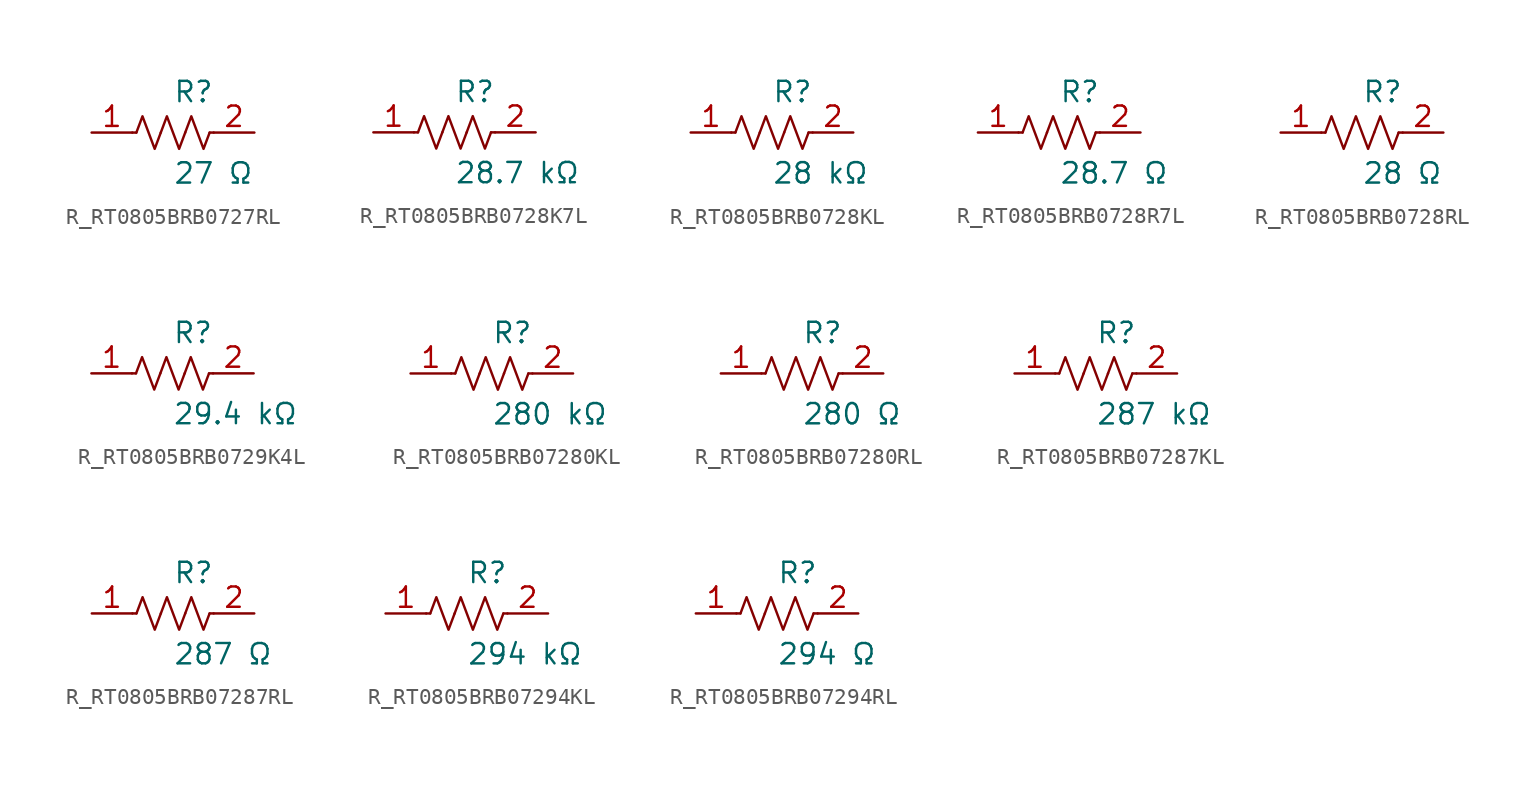
<source format=kicad_sym>
(kicad_symbol_lib
  (version 20231120)
  (generator kicad_symbol_editor)
  (generator_version 8.0)
  (symbol "R_RT0805BRB0727RL"
    (pin_names
      (offset 0.254))
    (property "Reference" "R"
      (at 0 2.54 0)
      (effects (font (size 1.27 1.27)) (justify left)))
    (property "Value" "27 Ω"
      (at 0 -2.54 0)
      (effects (font (size 1.27 1.27)) (justify left)))
    (symbol "R_RT0805BRB0727RL_0_1"
      (polyline (pts (xy 2.286 0) (xy 2.54 0)) (stroke (width 0) (type default)) (fill (type none)))
      (polyline (pts (xy -2.286 0) (xy -2.54 0)) (stroke (width 0) (type default)) (fill (type none)))
      (polyline (pts (xy 0.762 0) (xy 1.143 1.016) (xy 1.524 0) (xy 1.905 -1.016) (xy 2.286 0)) (stroke (width 0) (type default)) (fill (type none)))
      (polyline (pts (xy -0.762 0) (xy -0.381 1.016) (xy 0 0) (xy 0.381 -1.016) (xy 0.762 0)) (stroke (width 0) (type default)) (fill (type none)))
      (polyline (pts (xy -2.286 0) (xy -1.905 1.016) (xy -1.524 0) (xy -1.143 -1.016) (xy -0.762 0)) (stroke (width 0) (type default)) (fill (type none))))
    (pin unspecified line
      (at -5.08 0 0)
      (length 2.54)
      (name "" (effects (font (size 1.27 1.27))))
      (number "1" (effects (font (size 1.27 1.27)))))
    (pin unspecified line
      (at 5.08 0 180)
      (length 2.54)
      (name "" (effects (font (size 1.27 1.27))))
      (number "2" (effects (font (size 1.27 1.27))))))
  (symbol "R_RT0805BRB0728K7L"
    (pin_names
      (offset 0.254))
    (property "Reference" "R"
      (at 0 2.54 0)
      (effects (font (size 1.27 1.27)) (justify left)))
    (property "Value" "28.7 kΩ"
      (at 0 -2.54 0)
      (effects (font (size 1.27 1.27)) (justify left)))
    (symbol "R_RT0805BRB0728K7L_0_1"
      (polyline (pts (xy 2.286 0) (xy 2.54 0)) (stroke (width 0) (type default)) (fill (type none)))
      (polyline (pts (xy -2.286 0) (xy -2.54 0)) (stroke (width 0) (type default)) (fill (type none)))
      (polyline (pts (xy 0.762 0) (xy 1.143 1.016) (xy 1.524 0) (xy 1.905 -1.016) (xy 2.286 0)) (stroke (width 0) (type default)) (fill (type none)))
      (polyline (pts (xy -0.762 0) (xy -0.381 1.016) (xy 0 0) (xy 0.381 -1.016) (xy 0.762 0)) (stroke (width 0) (type default)) (fill (type none)))
      (polyline (pts (xy -2.286 0) (xy -1.905 1.016) (xy -1.524 0) (xy -1.143 -1.016) (xy -0.762 0)) (stroke (width 0) (type default)) (fill (type none))))
    (pin unspecified line
      (at -5.08 0 0)
      (length 2.54)
      (name "" (effects (font (size 1.27 1.27))))
      (number "1" (effects (font (size 1.27 1.27)))))
    (pin unspecified line
      (at 5.08 0 180)
      (length 2.54)
      (name "" (effects (font (size 1.27 1.27))))
      (number "2" (effects (font (size 1.27 1.27))))))
  (symbol "R_RT0805BRB0728KL"
    (pin_names
      (offset 0.254))
    (property "Reference" "R"
      (at 0 2.54 0)
      (effects (font (size 1.27 1.27)) (justify left)))
    (property "Value" "28 kΩ"
      (at 0 -2.54 0)
      (effects (font (size 1.27 1.27)) (justify left)))
    (symbol "R_RT0805BRB0728KL_0_1"
      (polyline (pts (xy 2.286 0) (xy 2.54 0)) (stroke (width 0) (type default)) (fill (type none)))
      (polyline (pts (xy -2.286 0) (xy -2.54 0)) (stroke (width 0) (type default)) (fill (type none)))
      (polyline (pts (xy 0.762 0) (xy 1.143 1.016) (xy 1.524 0) (xy 1.905 -1.016) (xy 2.286 0)) (stroke (width 0) (type default)) (fill (type none)))
      (polyline (pts (xy -0.762 0) (xy -0.381 1.016) (xy 0 0) (xy 0.381 -1.016) (xy 0.762 0)) (stroke (width 0) (type default)) (fill (type none)))
      (polyline (pts (xy -2.286 0) (xy -1.905 1.016) (xy -1.524 0) (xy -1.143 -1.016) (xy -0.762 0)) (stroke (width 0) (type default)) (fill (type none))))
    (pin unspecified line
      (at -5.08 0 0)
      (length 2.54)
      (name "" (effects (font (size 1.27 1.27))))
      (number "1" (effects (font (size 1.27 1.27)))))
    (pin unspecified line
      (at 5.08 0 180)
      (length 2.54)
      (name "" (effects (font (size 1.27 1.27))))
      (number "2" (effects (font (size 1.27 1.27))))))
  (symbol "R_RT0805BRB0728R7L"
    (pin_names
      (offset 0.254))
    (property "Reference" "R"
      (at 0 2.54 0)
      (effects (font (size 1.27 1.27)) (justify left)))
    (property "Value" "28.7 Ω"
      (at 0 -2.54 0)
      (effects (font (size 1.27 1.27)) (justify left)))
    (symbol "R_RT0805BRB0728R7L_0_1"
      (polyline (pts (xy 2.286 0) (xy 2.54 0)) (stroke (width 0) (type default)) (fill (type none)))
      (polyline (pts (xy -2.286 0) (xy -2.54 0)) (stroke (width 0) (type default)) (fill (type none)))
      (polyline (pts (xy 0.762 0) (xy 1.143 1.016) (xy 1.524 0) (xy 1.905 -1.016) (xy 2.286 0)) (stroke (width 0) (type default)) (fill (type none)))
      (polyline (pts (xy -0.762 0) (xy -0.381 1.016) (xy 0 0) (xy 0.381 -1.016) (xy 0.762 0)) (stroke (width 0) (type default)) (fill (type none)))
      (polyline (pts (xy -2.286 0) (xy -1.905 1.016) (xy -1.524 0) (xy -1.143 -1.016) (xy -0.762 0)) (stroke (width 0) (type default)) (fill (type none))))
    (pin unspecified line
      (at -5.08 0 0)
      (length 2.54)
      (name "" (effects (font (size 1.27 1.27))))
      (number "1" (effects (font (size 1.27 1.27)))))
    (pin unspecified line
      (at 5.08 0 180)
      (length 2.54)
      (name "" (effects (font (size 1.27 1.27))))
      (number "2" (effects (font (size 1.27 1.27))))))
  (symbol "R_RT0805BRB0728RL"
    (pin_names
      (offset 0.254))
    (property "Reference" "R"
      (at 0 2.54 0)
      (effects (font (size 1.27 1.27)) (justify left)))
    (property "Value" "28 Ω"
      (at 0 -2.54 0)
      (effects (font (size 1.27 1.27)) (justify left)))
    (symbol "R_RT0805BRB0728RL_0_1"
      (polyline (pts (xy 2.286 0) (xy 2.54 0)) (stroke (width 0) (type default)) (fill (type none)))
      (polyline (pts (xy -2.286 0) (xy -2.54 0)) (stroke (width 0) (type default)) (fill (type none)))
      (polyline (pts (xy 0.762 0) (xy 1.143 1.016) (xy 1.524 0) (xy 1.905 -1.016) (xy 2.286 0)) (stroke (width 0) (type default)) (fill (type none)))
      (polyline (pts (xy -0.762 0) (xy -0.381 1.016) (xy 0 0) (xy 0.381 -1.016) (xy 0.762 0)) (stroke (width 0) (type default)) (fill (type none)))
      (polyline (pts (xy -2.286 0) (xy -1.905 1.016) (xy -1.524 0) (xy -1.143 -1.016) (xy -0.762 0)) (stroke (width 0) (type default)) (fill (type none))))
    (pin unspecified line
      (at -5.08 0 0)
      (length 2.54)
      (name "" (effects (font (size 1.27 1.27))))
      (number "1" (effects (font (size 1.27 1.27)))))
    (pin unspecified line
      (at 5.08 0 180)
      (length 2.54)
      (name "" (effects (font (size 1.27 1.27))))
      (number "2" (effects (font (size 1.27 1.27))))))
  (symbol "R_RT0805BRB0729K4L"
    (pin_names
      (offset 0.254))
    (property "Reference" "R"
      (at 0 2.54 0)
      (effects (font (size 1.27 1.27)) (justify left)))
    (property "Value" "29.4 kΩ"
      (at 0 -2.54 0)
      (effects (font (size 1.27 1.27)) (justify left)))
    (symbol "R_RT0805BRB0729K4L_0_1"
      (polyline (pts (xy 2.286 0) (xy 2.54 0)) (stroke (width 0) (type default)) (fill (type none)))
      (polyline (pts (xy -2.286 0) (xy -2.54 0)) (stroke (width 0) (type default)) (fill (type none)))
      (polyline (pts (xy 0.762 0) (xy 1.143 1.016) (xy 1.524 0) (xy 1.905 -1.016) (xy 2.286 0)) (stroke (width 0) (type default)) (fill (type none)))
      (polyline (pts (xy -0.762 0) (xy -0.381 1.016) (xy 0 0) (xy 0.381 -1.016) (xy 0.762 0)) (stroke (width 0) (type default)) (fill (type none)))
      (polyline (pts (xy -2.286 0) (xy -1.905 1.016) (xy -1.524 0) (xy -1.143 -1.016) (xy -0.762 0)) (stroke (width 0) (type default)) (fill (type none))))
    (pin unspecified line
      (at -5.08 0 0)
      (length 2.54)
      (name "" (effects (font (size 1.27 1.27))))
      (number "1" (effects (font (size 1.27 1.27)))))
    (pin unspecified line
      (at 5.08 0 180)
      (length 2.54)
      (name "" (effects (font (size 1.27 1.27))))
      (number "2" (effects (font (size 1.27 1.27))))))
  (symbol "R_RT0805BRB07280KL"
    (pin_names
      (offset 0.254))
    (property "Reference" "R"
      (at 0 2.54 0)
      (effects (font (size 1.27 1.27)) (justify left)))
    (property "Value" "280 kΩ"
      (at 0 -2.54 0)
      (effects (font (size 1.27 1.27)) (justify left)))
    (symbol "R_RT0805BRB07280KL_0_1"
      (polyline (pts (xy 2.286 0) (xy 2.54 0)) (stroke (width 0) (type default)) (fill (type none)))
      (polyline (pts (xy -2.286 0) (xy -2.54 0)) (stroke (width 0) (type default)) (fill (type none)))
      (polyline (pts (xy 0.762 0) (xy 1.143 1.016) (xy 1.524 0) (xy 1.905 -1.016) (xy 2.286 0)) (stroke (width 0) (type default)) (fill (type none)))
      (polyline (pts (xy -0.762 0) (xy -0.381 1.016) (xy 0 0) (xy 0.381 -1.016) (xy 0.762 0)) (stroke (width 0) (type default)) (fill (type none)))
      (polyline (pts (xy -2.286 0) (xy -1.905 1.016) (xy -1.524 0) (xy -1.143 -1.016) (xy -0.762 0)) (stroke (width 0) (type default)) (fill (type none))))
    (pin unspecified line
      (at -5.08 0 0)
      (length 2.54)
      (name "" (effects (font (size 1.27 1.27))))
      (number "1" (effects (font (size 1.27 1.27)))))
    (pin unspecified line
      (at 5.08 0 180)
      (length 2.54)
      (name "" (effects (font (size 1.27 1.27))))
      (number "2" (effects (font (size 1.27 1.27))))))
  (symbol "R_RT0805BRB07280RL"
    (pin_names
      (offset 0.254))
    (property "Reference" "R"
      (at 0 2.54 0)
      (effects (font (size 1.27 1.27)) (justify left)))
    (property "Value" "280 Ω"
      (at 0 -2.54 0)
      (effects (font (size 1.27 1.27)) (justify left)))
    (symbol "R_RT0805BRB07280RL_0_1"
      (polyline (pts (xy 2.286 0) (xy 2.54 0)) (stroke (width 0) (type default)) (fill (type none)))
      (polyline (pts (xy -2.286 0) (xy -2.54 0)) (stroke (width 0) (type default)) (fill (type none)))
      (polyline (pts (xy 0.762 0) (xy 1.143 1.016) (xy 1.524 0) (xy 1.905 -1.016) (xy 2.286 0)) (stroke (width 0) (type default)) (fill (type none)))
      (polyline (pts (xy -0.762 0) (xy -0.381 1.016) (xy 0 0) (xy 0.381 -1.016) (xy 0.762 0)) (stroke (width 0) (type default)) (fill (type none)))
      (polyline (pts (xy -2.286 0) (xy -1.905 1.016) (xy -1.524 0) (xy -1.143 -1.016) (xy -0.762 0)) (stroke (width 0) (type default)) (fill (type none))))
    (pin unspecified line
      (at -5.08 0 0)
      (length 2.54)
      (name "" (effects (font (size 1.27 1.27))))
      (number "1" (effects (font (size 1.27 1.27)))))
    (pin unspecified line
      (at 5.08 0 180)
      (length 2.54)
      (name "" (effects (font (size 1.27 1.27))))
      (number "2" (effects (font (size 1.27 1.27))))))
  (symbol "R_RT0805BRB07287KL"
    (pin_names
      (offset 0.254))
    (property "Reference" "R"
      (at 0 2.54 0)
      (effects (font (size 1.27 1.27)) (justify left)))
    (property "Value" "287 kΩ"
      (at 0 -2.54 0)
      (effects (font (size 1.27 1.27)) (justify left)))
    (symbol "R_RT0805BRB07287KL_0_1"
      (polyline (pts (xy 2.286 0) (xy 2.54 0)) (stroke (width 0) (type default)) (fill (type none)))
      (polyline (pts (xy -2.286 0) (xy -2.54 0)) (stroke (width 0) (type default)) (fill (type none)))
      (polyline (pts (xy 0.762 0) (xy 1.143 1.016) (xy 1.524 0) (xy 1.905 -1.016) (xy 2.286 0)) (stroke (width 0) (type default)) (fill (type none)))
      (polyline (pts (xy -0.762 0) (xy -0.381 1.016) (xy 0 0) (xy 0.381 -1.016) (xy 0.762 0)) (stroke (width 0) (type default)) (fill (type none)))
      (polyline (pts (xy -2.286 0) (xy -1.905 1.016) (xy -1.524 0) (xy -1.143 -1.016) (xy -0.762 0)) (stroke (width 0) (type default)) (fill (type none))))
    (pin unspecified line
      (at -5.08 0 0)
      (length 2.54)
      (name "" (effects (font (size 1.27 1.27))))
      (number "1" (effects (font (size 1.27 1.27)))))
    (pin unspecified line
      (at 5.08 0 180)
      (length 2.54)
      (name "" (effects (font (size 1.27 1.27))))
      (number "2" (effects (font (size 1.27 1.27))))))
  (symbol "R_RT0805BRB07287RL"
    (pin_names
      (offset 0.254))
    (property "Reference" "R"
      (at 0 2.54 0)
      (effects (font (size 1.27 1.27)) (justify left)))
    (property "Value" "287 Ω"
      (at 0 -2.54 0)
      (effects (font (size 1.27 1.27)) (justify left)))
    (symbol "R_RT0805BRB07287RL_0_1"
      (polyline (pts (xy 2.286 0) (xy 2.54 0)) (stroke (width 0) (type default)) (fill (type none)))
      (polyline (pts (xy -2.286 0) (xy -2.54 0)) (stroke (width 0) (type default)) (fill (type none)))
      (polyline (pts (xy 0.762 0) (xy 1.143 1.016) (xy 1.524 0) (xy 1.905 -1.016) (xy 2.286 0)) (stroke (width 0) (type default)) (fill (type none)))
      (polyline (pts (xy -0.762 0) (xy -0.381 1.016) (xy 0 0) (xy 0.381 -1.016) (xy 0.762 0)) (stroke (width 0) (type default)) (fill (type none)))
      (polyline (pts (xy -2.286 0) (xy -1.905 1.016) (xy -1.524 0) (xy -1.143 -1.016) (xy -0.762 0)) (stroke (width 0) (type default)) (fill (type none))))
    (pin unspecified line
      (at -5.08 0 0)
      (length 2.54)
      (name "" (effects (font (size 1.27 1.27))))
      (number "1" (effects (font (size 1.27 1.27)))))
    (pin unspecified line
      (at 5.08 0 180)
      (length 2.54)
      (name "" (effects (font (size 1.27 1.27))))
      (number "2" (effects (font (size 1.27 1.27))))))
  (symbol "R_RT0805BRB07294KL"
    (pin_names
      (offset 0.254))
    (property "Reference" "R"
      (at 0 2.54 0)
      (effects (font (size 1.27 1.27)) (justify left)))
    (property "Value" "294 kΩ"
      (at 0 -2.54 0)
      (effects (font (size 1.27 1.27)) (justify left)))
    (symbol "R_RT0805BRB07294KL_0_1"
      (polyline (pts (xy 2.286 0) (xy 2.54 0)) (stroke (width 0) (type default)) (fill (type none)))
      (polyline (pts (xy -2.286 0) (xy -2.54 0)) (stroke (width 0) (type default)) (fill (type none)))
      (polyline (pts (xy 0.762 0) (xy 1.143 1.016) (xy 1.524 0) (xy 1.905 -1.016) (xy 2.286 0)) (stroke (width 0) (type default)) (fill (type none)))
      (polyline (pts (xy -0.762 0) (xy -0.381 1.016) (xy 0 0) (xy 0.381 -1.016) (xy 0.762 0)) (stroke (width 0) (type default)) (fill (type none)))
      (polyline (pts (xy -2.286 0) (xy -1.905 1.016) (xy -1.524 0) (xy -1.143 -1.016) (xy -0.762 0)) (stroke (width 0) (type default)) (fill (type none))))
    (pin unspecified line
      (at -5.08 0 0)
      (length 2.54)
      (name "" (effects (font (size 1.27 1.27))))
      (number "1" (effects (font (size 1.27 1.27)))))
    (pin unspecified line
      (at 5.08 0 180)
      (length 2.54)
      (name "" (effects (font (size 1.27 1.27))))
      (number "2" (effects (font (size 1.27 1.27))))))
  (symbol "R_RT0805BRB07294RL"
    (pin_names
      (offset 0.254))
    (property "Reference" "R"
      (at 0 2.54 0)
      (effects (font (size 1.27 1.27)) (justify left)))
    (property "Value" "294 Ω"
      (at 0 -2.54 0)
      (effects (font (size 1.27 1.27)) (justify left)))
    (symbol "R_RT0805BRB07294RL_0_1"
      (polyline (pts (xy 2.286 0) (xy 2.54 0)) (stroke (width 0) (type default)) (fill (type none)))
      (polyline (pts (xy -2.286 0) (xy -2.54 0)) (stroke (width 0) (type default)) (fill (type none)))
      (polyline (pts (xy 0.762 0) (xy 1.143 1.016) (xy 1.524 0) (xy 1.905 -1.016) (xy 2.286 0)) (stroke (width 0) (type default)) (fill (type none)))
      (polyline (pts (xy -0.762 0) (xy -0.381 1.016) (xy 0 0) (xy 0.381 -1.016) (xy 0.762 0)) (stroke (width 0) (type default)) (fill (type none)))
      (polyline (pts (xy -2.286 0) (xy -1.905 1.016) (xy -1.524 0) (xy -1.143 -1.016) (xy -0.762 0)) (stroke (width 0) (type default)) (fill (type none))))
    (pin unspecified line
      (at -5.08 0 0)
      (length 2.54)
      (name "" (effects (font (size 1.27 1.27))))
      (number "1" (effects (font (size 1.27 1.27)))))
    (pin unspecified line
      (at 5.08 0 180)
      (length 2.54)
      (name "" (effects (font (size 1.27 1.27))))
      (number "2" (effects (font (size 1.27 1.27)))))))
</source>
